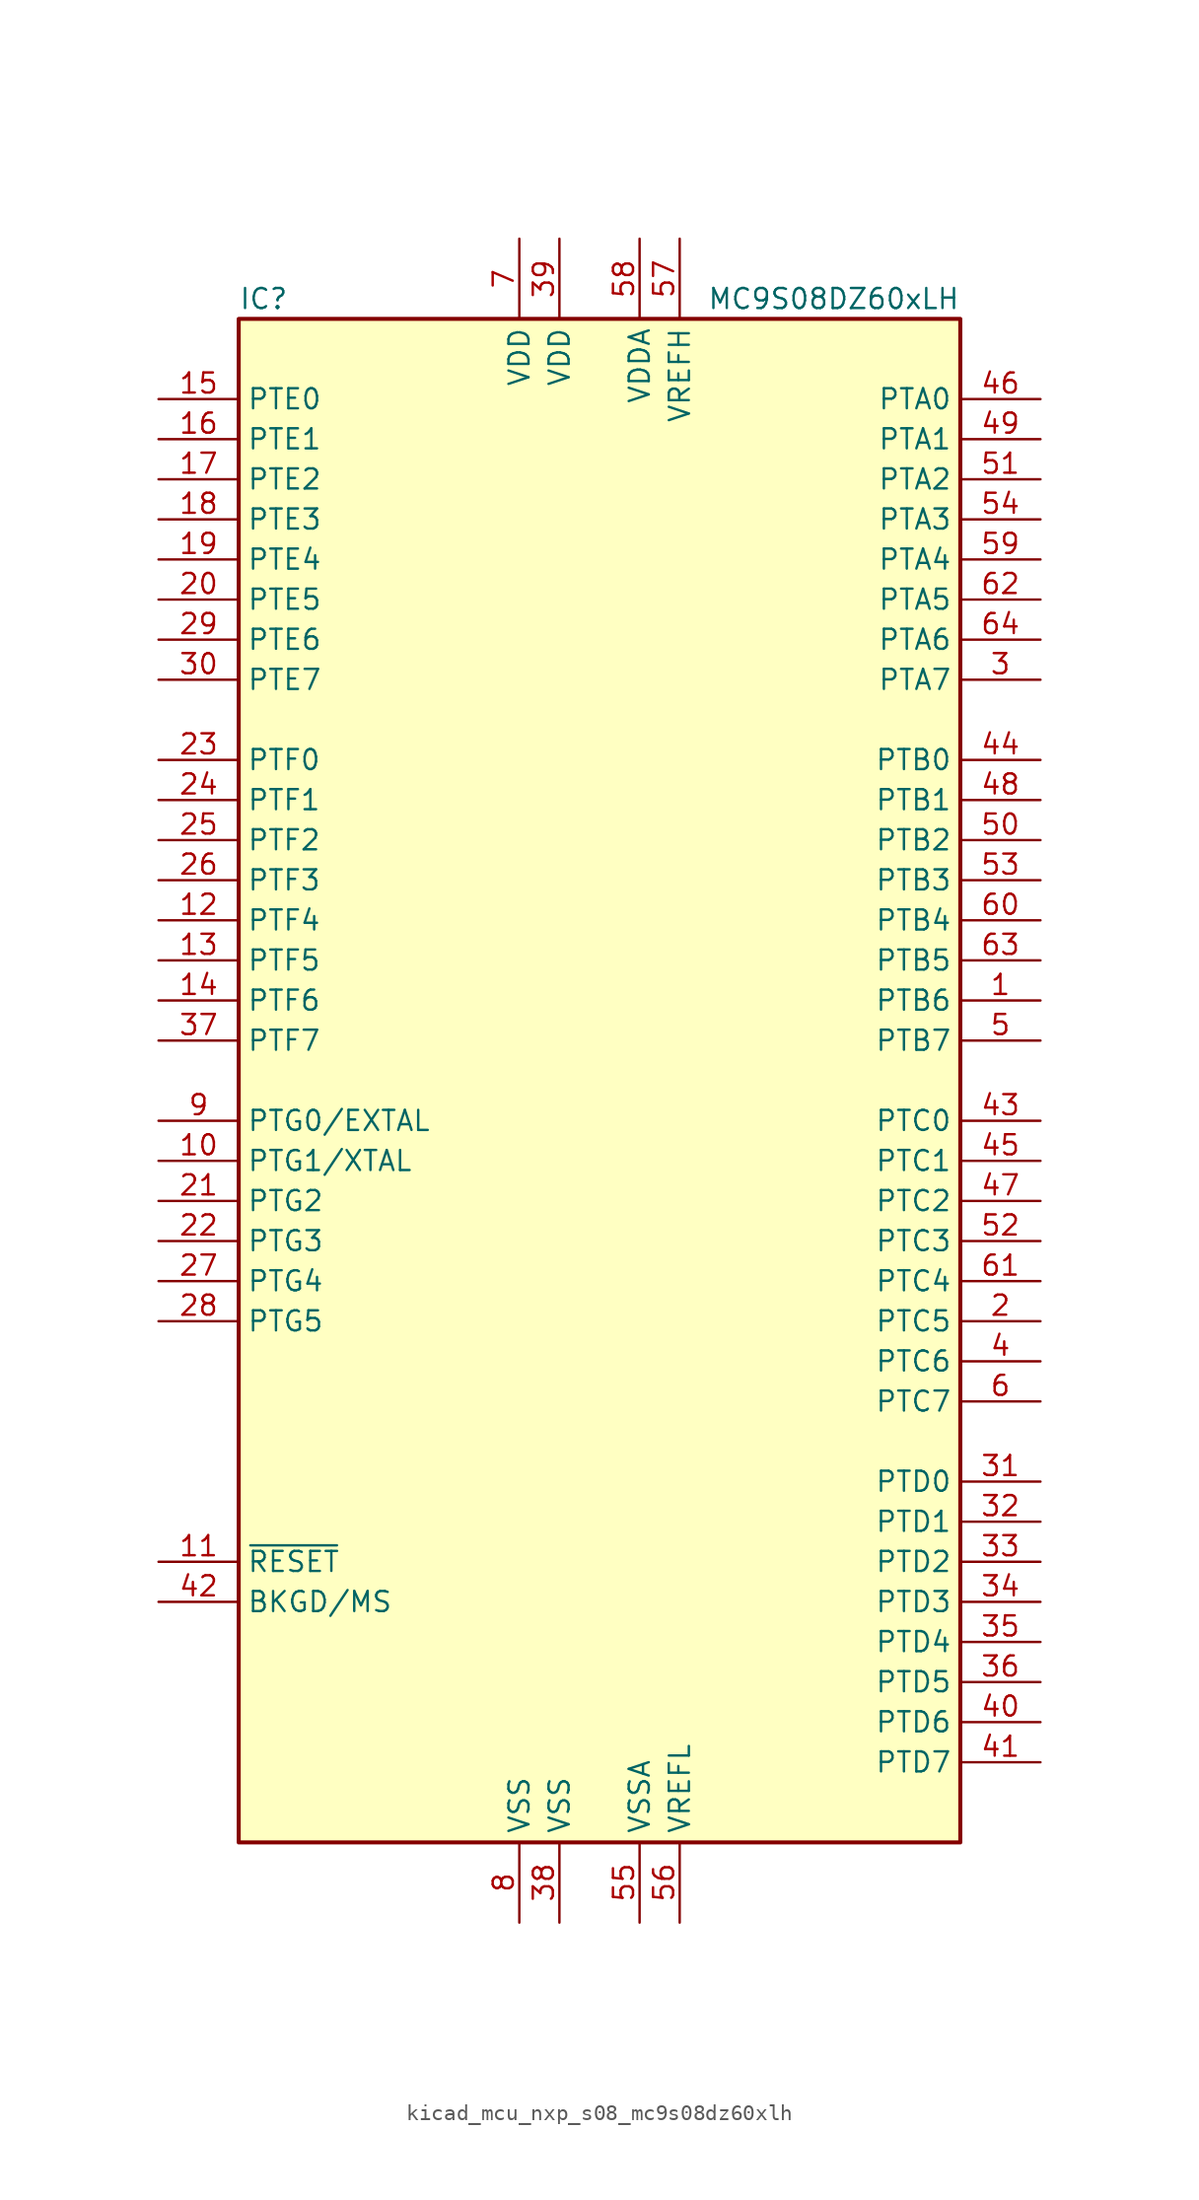
<source format=kicad_sym>
(kicad_symbol_lib
  (version 20220914)
  (generator kicad_symbol_editor)
  (symbol "kicad_mcu_nxp_s08_mc9s08dz60xlh"
    (property "Reference" "IC"
      (at -22.86 49.53 0)
      (effects (font (size 1.27 1.27)) (justify left)))
    (property "Value" "MC9S08DZ60xLH"
      (at 22.86 49.53 0)
      (effects (font (size 1.27 1.27)) (justify right)))
    (symbol "kicad_mcu_nxp_s08_mc9s08dz60xlh_0_1"
      (rectangle (start -22.86 48.26) (end 22.86 -48.26) (stroke (width 0.254) (type default)) (fill (type background))))
    (symbol "kicad_mcu_nxp_s08_mc9s08dz60xlh_1_1"
      (pin bidirectional line (at 27.94 5.08 180) (length 5.08) (name "PTB6" (effects (font (size 1.27 1.27)))) (number "1" (effects (font (size 1.27 1.27)))))
      (pin bidirectional line (at -27.94 -5.08 0) (length 5.08) (name "PTG1/XTAL" (effects (font (size 1.27 1.27)))) (number "10" (effects (font (size 1.27 1.27)))))
      (pin input line (at -27.94 -30.48 0) (length 5.08) (name "~{RESET}" (effects (font (size 1.27 1.27)))) (number "11" (effects (font (size 1.27 1.27)))))
      (pin bidirectional line (at -27.94 10.16 0) (length 5.08) (name "PTF4" (effects (font (size 1.27 1.27)))) (number "12" (effects (font (size 1.27 1.27)))))
      (pin bidirectional line (at -27.94 7.62 0) (length 5.08) (name "PTF5" (effects (font (size 1.27 1.27)))) (number "13" (effects (font (size 1.27 1.27)))))
      (pin bidirectional line (at -27.94 5.08 0) (length 5.08) (name "PTF6" (effects (font (size 1.27 1.27)))) (number "14" (effects (font (size 1.27 1.27)))))
      (pin bidirectional line (at -27.94 43.18 0) (length 5.08) (name "PTE0" (effects (font (size 1.27 1.27)))) (number "15" (effects (font (size 1.27 1.27)))))
      (pin bidirectional line (at -27.94 40.64 0) (length 5.08) (name "PTE1" (effects (font (size 1.27 1.27)))) (number "16" (effects (font (size 1.27 1.27)))))
      (pin bidirectional line (at -27.94 38.1 0) (length 5.08) (name "PTE2" (effects (font (size 1.27 1.27)))) (number "17" (effects (font (size 1.27 1.27)))))
      (pin bidirectional line (at -27.94 35.56 0) (length 5.08) (name "PTE3" (effects (font (size 1.27 1.27)))) (number "18" (effects (font (size 1.27 1.27)))))
      (pin bidirectional line (at -27.94 33.02 0) (length 5.08) (name "PTE4" (effects (font (size 1.27 1.27)))) (number "19" (effects (font (size 1.27 1.27)))))
      (pin bidirectional line (at 27.94 -15.24 180) (length 5.08) (name "PTC5" (effects (font (size 1.27 1.27)))) (number "2" (effects (font (size 1.27 1.27)))))
      (pin bidirectional line (at -27.94 30.48 0) (length 5.08) (name "PTE5" (effects (font (size 1.27 1.27)))) (number "20" (effects (font (size 1.27 1.27)))))
      (pin bidirectional line (at -27.94 -7.62 0) (length 5.08) (name "PTG2" (effects (font (size 1.27 1.27)))) (number "21" (effects (font (size 1.27 1.27)))))
      (pin bidirectional line (at -27.94 -10.16 0) (length 5.08) (name "PTG3" (effects (font (size 1.27 1.27)))) (number "22" (effects (font (size 1.27 1.27)))))
      (pin bidirectional line (at -27.94 20.32 0) (length 5.08) (name "PTF0" (effects (font (size 1.27 1.27)))) (number "23" (effects (font (size 1.27 1.27)))))
      (pin bidirectional line (at -27.94 17.78 0) (length 5.08) (name "PTF1" (effects (font (size 1.27 1.27)))) (number "24" (effects (font (size 1.27 1.27)))))
      (pin bidirectional line (at -27.94 15.24 0) (length 5.08) (name "PTF2" (effects (font (size 1.27 1.27)))) (number "25" (effects (font (size 1.27 1.27)))))
      (pin bidirectional line (at -27.94 12.7 0) (length 5.08) (name "PTF3" (effects (font (size 1.27 1.27)))) (number "26" (effects (font (size 1.27 1.27)))))
      (pin bidirectional line (at -27.94 -12.7 0) (length 5.08) (name "PTG4" (effects (font (size 1.27 1.27)))) (number "27" (effects (font (size 1.27 1.27)))))
      (pin bidirectional line (at -27.94 -15.24 0) (length 5.08) (name "PTG5" (effects (font (size 1.27 1.27)))) (number "28" (effects (font (size 1.27 1.27)))))
      (pin bidirectional line (at -27.94 27.94 0) (length 5.08) (name "PTE6" (effects (font (size 1.27 1.27)))) (number "29" (effects (font (size 1.27 1.27)))))
      (pin bidirectional line (at 27.94 25.4 180) (length 5.08) (name "PTA7" (effects (font (size 1.27 1.27)))) (number "3" (effects (font (size 1.27 1.27)))))
      (pin bidirectional line (at -27.94 25.4 0) (length 5.08) (name "PTE7" (effects (font (size 1.27 1.27)))) (number "30" (effects (font (size 1.27 1.27)))))
      (pin bidirectional line (at 27.94 -25.4 180) (length 5.08) (name "PTD0" (effects (font (size 1.27 1.27)))) (number "31" (effects (font (size 1.27 1.27)))))
      (pin bidirectional line (at 27.94 -27.94 180) (length 5.08) (name "PTD1" (effects (font (size 1.27 1.27)))) (number "32" (effects (font (size 1.27 1.27)))))
      (pin bidirectional line (at 27.94 -30.48 180) (length 5.08) (name "PTD2" (effects (font (size 1.27 1.27)))) (number "33" (effects (font (size 1.27 1.27)))))
      (pin bidirectional line (at 27.94 -33.02 180) (length 5.08) (name "PTD3" (effects (font (size 1.27 1.27)))) (number "34" (effects (font (size 1.27 1.27)))))
      (pin bidirectional line (at 27.94 -35.56 180) (length 5.08) (name "PTD4" (effects (font (size 1.27 1.27)))) (number "35" (effects (font (size 1.27 1.27)))))
      (pin bidirectional line (at 27.94 -38.1 180) (length 5.08) (name "PTD5" (effects (font (size 1.27 1.27)))) (number "36" (effects (font (size 1.27 1.27)))))
      (pin bidirectional line (at -27.94 2.54 0) (length 5.08) (name "PTF7" (effects (font (size 1.27 1.27)))) (number "37" (effects (font (size 1.27 1.27)))))
      (pin power_in line (at -2.54 -53.34 90) (length 5.08) (name "VSS" (effects (font (size 1.27 1.27)))) (number "38" (effects (font (size 1.27 1.27)))))
      (pin power_in line (at -2.54 53.34 270) (length 5.08) (name "VDD" (effects (font (size 1.27 1.27)))) (number "39" (effects (font (size 1.27 1.27)))))
      (pin bidirectional line (at 27.94 -17.78 180) (length 5.08) (name "PTC6" (effects (font (size 1.27 1.27)))) (number "4" (effects (font (size 1.27 1.27)))))
      (pin bidirectional line (at 27.94 -40.64 180) (length 5.08) (name "PTD6" (effects (font (size 1.27 1.27)))) (number "40" (effects (font (size 1.27 1.27)))))
      (pin bidirectional line (at 27.94 -43.18 180) (length 5.08) (name "PTD7" (effects (font (size 1.27 1.27)))) (number "41" (effects (font (size 1.27 1.27)))))
      (pin bidirectional line (at -27.94 -33.02 0) (length 5.08) (name "BKGD/MS" (effects (font (size 1.27 1.27)))) (number "42" (effects (font (size 1.27 1.27)))))
      (pin bidirectional line (at 27.94 -2.54 180) (length 5.08) (name "PTC0" (effects (font (size 1.27 1.27)))) (number "43" (effects (font (size 1.27 1.27)))))
      (pin bidirectional line (at 27.94 20.32 180) (length 5.08) (name "PTB0" (effects (font (size 1.27 1.27)))) (number "44" (effects (font (size 1.27 1.27)))))
      (pin bidirectional line (at 27.94 -5.08 180) (length 5.08) (name "PTC1" (effects (font (size 1.27 1.27)))) (number "45" (effects (font (size 1.27 1.27)))))
      (pin bidirectional line (at 27.94 43.18 180) (length 5.08) (name "PTA0" (effects (font (size 1.27 1.27)))) (number "46" (effects (font (size 1.27 1.27)))))
      (pin bidirectional line (at 27.94 -7.62 180) (length 5.08) (name "PTC2" (effects (font (size 1.27 1.27)))) (number "47" (effects (font (size 1.27 1.27)))))
      (pin bidirectional line (at 27.94 17.78 180) (length 5.08) (name "PTB1" (effects (font (size 1.27 1.27)))) (number "48" (effects (font (size 1.27 1.27)))))
      (pin bidirectional line (at 27.94 40.64 180) (length 5.08) (name "PTA1" (effects (font (size 1.27 1.27)))) (number "49" (effects (font (size 1.27 1.27)))))
      (pin bidirectional line (at 27.94 2.54 180) (length 5.08) (name "PTB7" (effects (font (size 1.27 1.27)))) (number "5" (effects (font (size 1.27 1.27)))))
      (pin bidirectional line (at 27.94 15.24 180) (length 5.08) (name "PTB2" (effects (font (size 1.27 1.27)))) (number "50" (effects (font (size 1.27 1.27)))))
      (pin bidirectional line (at 27.94 38.1 180) (length 5.08) (name "PTA2" (effects (font (size 1.27 1.27)))) (number "51" (effects (font (size 1.27 1.27)))))
      (pin bidirectional line (at 27.94 -10.16 180) (length 5.08) (name "PTC3" (effects (font (size 1.27 1.27)))) (number "52" (effects (font (size 1.27 1.27)))))
      (pin bidirectional line (at 27.94 12.7 180) (length 5.08) (name "PTB3" (effects (font (size 1.27 1.27)))) (number "53" (effects (font (size 1.27 1.27)))))
      (pin bidirectional line (at 27.94 35.56 180) (length 5.08) (name "PTA3" (effects (font (size 1.27 1.27)))) (number "54" (effects (font (size 1.27 1.27)))))
      (pin power_in line (at 2.54 -53.34 90) (length 5.08) (name "VSSA" (effects (font (size 1.27 1.27)))) (number "55" (effects (font (size 1.27 1.27)))))
      (pin power_in line (at 5.08 -53.34 90) (length 5.08) (name "VREFL" (effects (font (size 1.27 1.27)))) (number "56" (effects (font (size 1.27 1.27)))))
      (pin power_in line (at 5.08 53.34 270) (length 5.08) (name "VREFH" (effects (font (size 1.27 1.27)))) (number "57" (effects (font (size 1.27 1.27)))))
      (pin power_in line (at 2.54 53.34 270) (length 5.08) (name "VDDA" (effects (font (size 1.27 1.27)))) (number "58" (effects (font (size 1.27 1.27)))))
      (pin bidirectional line (at 27.94 33.02 180) (length 5.08) (name "PTA4" (effects (font (size 1.27 1.27)))) (number "59" (effects (font (size 1.27 1.27)))))
      (pin bidirectional line (at 27.94 -20.32 180) (length 5.08) (name "PTC7" (effects (font (size 1.27 1.27)))) (number "6" (effects (font (size 1.27 1.27)))))
      (pin bidirectional line (at 27.94 10.16 180) (length 5.08) (name "PTB4" (effects (font (size 1.27 1.27)))) (number "60" (effects (font (size 1.27 1.27)))))
      (pin bidirectional line (at 27.94 -12.7 180) (length 5.08) (name "PTC4" (effects (font (size 1.27 1.27)))) (number "61" (effects (font (size 1.27 1.27)))))
      (pin bidirectional line (at 27.94 30.48 180) (length 5.08) (name "PTA5" (effects (font (size 1.27 1.27)))) (number "62" (effects (font (size 1.27 1.27)))))
      (pin bidirectional line (at 27.94 7.62 180) (length 5.08) (name "PTB5" (effects (font (size 1.27 1.27)))) (number "63" (effects (font (size 1.27 1.27)))))
      (pin bidirectional line (at 27.94 27.94 180) (length 5.08) (name "PTA6" (effects (font (size 1.27 1.27)))) (number "64" (effects (font (size 1.27 1.27)))))
      (pin power_in line (at -5.08 53.34 270) (length 5.08) (name "VDD" (effects (font (size 1.27 1.27)))) (number "7" (effects (font (size 1.27 1.27)))))
      (pin power_in line (at -5.08 -53.34 90) (length 5.08) (name "VSS" (effects (font (size 1.27 1.27)))) (number "8" (effects (font (size 1.27 1.27)))))
      (pin bidirectional line (at -27.94 -2.54 0) (length 5.08) (name "PTG0/EXTAL" (effects (font (size 1.27 1.27)))) (number "9" (effects (font (size 1.27 1.27))))))))
</source>
